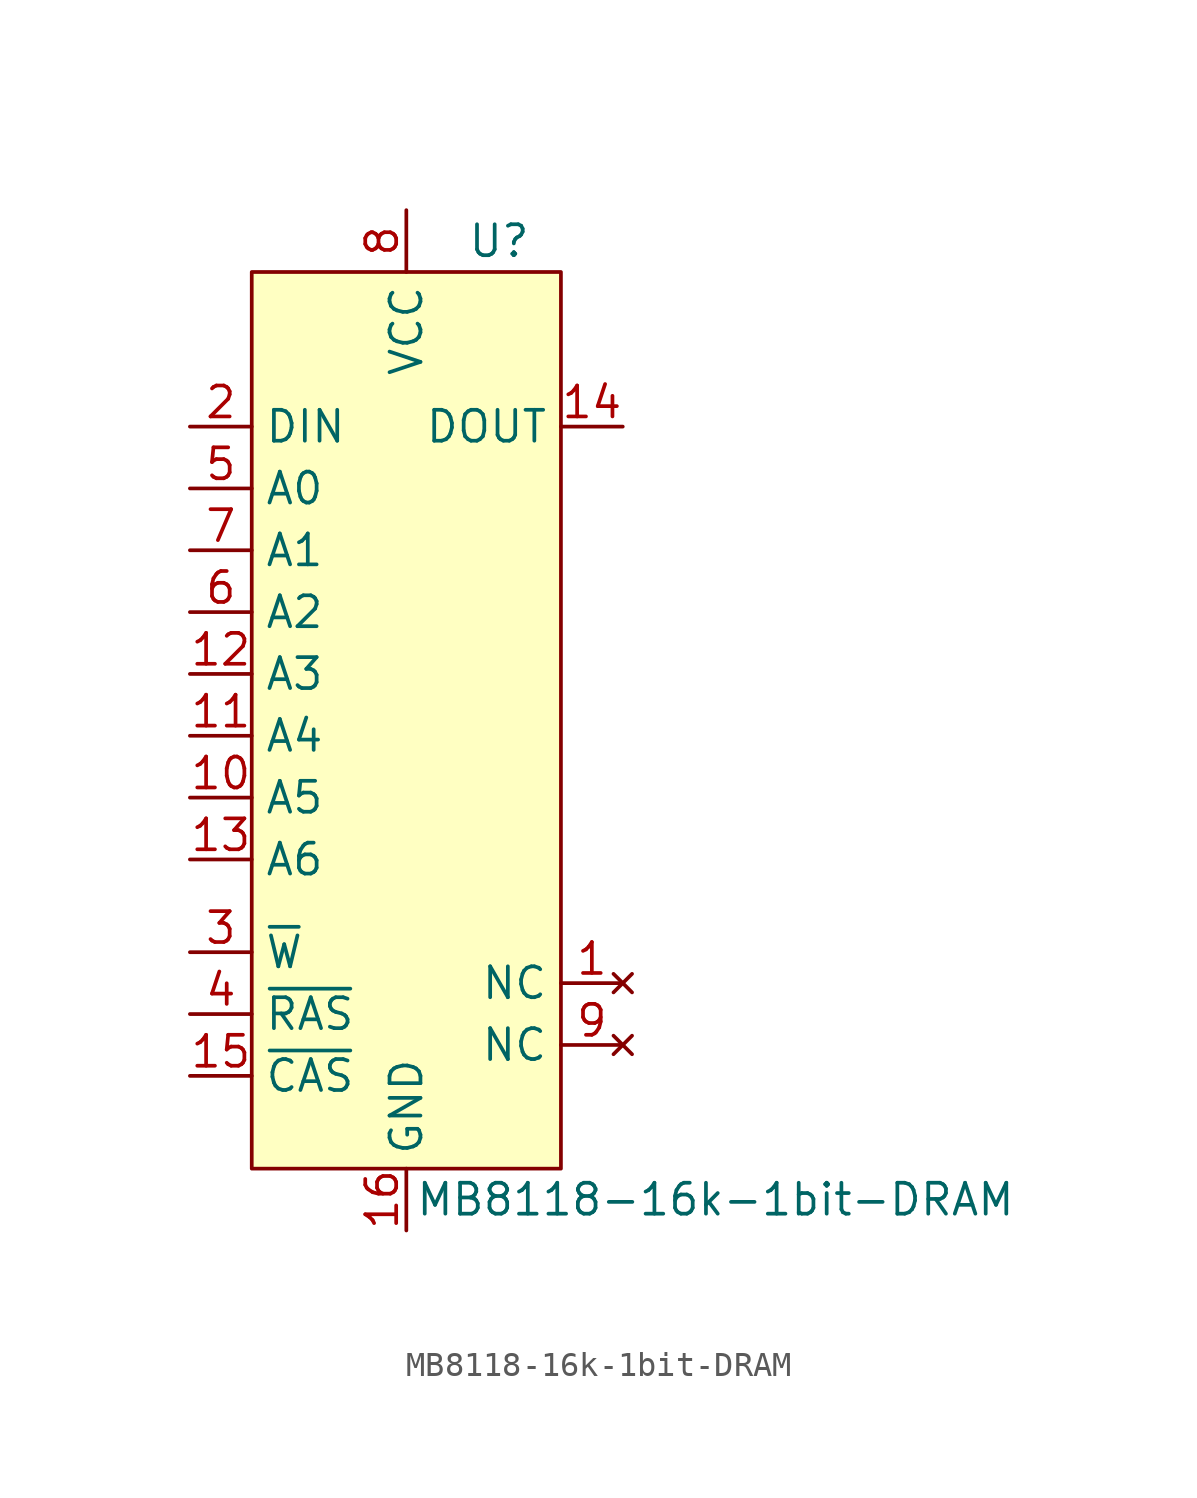
<source format=kicad_sym>
(kicad_symbol_lib
  (version 20220914)
  (generator kicad_symbol_editor)
  (symbol "MB8118-16k-1bit-DRAM"
    (property "Reference" "U"
      (at 3.81 20.32 0)
      (effects (font (size 1.27 1.27))))
    (property "Value" "MB8118-16k-1bit-DRAM"
      (at 12.7 -19.05 0)
      (effects (font (size 1.27 1.27))))
    (symbol "MB8118-16k-1bit-DRAM_0_1"
      (rectangle (start -6.35 19.05) (end 6.35 -17.78) (stroke (width 0) (type default)) (fill (type background))))
    (symbol "MB8118-16k-1bit-DRAM_1_1"
      (pin no_connect line (at 8.89 -10.16 180) (length 2.54) (name "NC" (effects (font (size 1.27 1.27)))) (number "1" (effects (font (size 1.27 1.27)))))
      (pin input line (at -8.89 -2.54 0) (length 2.54) (name "A5" (effects (font (size 1.27 1.27)))) (number "10" (effects (font (size 1.27 1.27)))))
      (pin input line (at -8.89 0 0) (length 2.54) (name "A4" (effects (font (size 1.27 1.27)))) (number "11" (effects (font (size 1.27 1.27)))))
      (pin input line (at -8.89 2.54 0) (length 2.54) (name "A3" (effects (font (size 1.27 1.27)))) (number "12" (effects (font (size 1.27 1.27)))))
      (pin input line (at -8.89 -5.08 0) (length 2.54) (name "A6" (effects (font (size 1.27 1.27)))) (number "13" (effects (font (size 1.27 1.27)))))
      (pin output line (at 8.89 12.7 180) (length 2.54) (name "DOUT" (effects (font (size 1.27 1.27)))) (number "14" (effects (font (size 1.27 1.27)))))
      (pin input line (at -8.89 -13.97 0) (length 2.54) (name "~{CAS}" (effects (font (size 1.27 1.27)))) (number "15" (effects (font (size 1.27 1.27)))))
      (pin power_in line (at 0 -20.32 90) (length 2.54) (name "GND" (effects (font (size 1.27 1.27)))) (number "16" (effects (font (size 1.27 1.27)))))
      (pin input line (at -8.89 12.7 0) (length 2.54) (name "DIN" (effects (font (size 1.27 1.27)))) (number "2" (effects (font (size 1.27 1.27)))))
      (pin input line (at -8.89 -8.89 0) (length 2.54) (name "~{W}" (effects (font (size 1.27 1.27)))) (number "3" (effects (font (size 1.27 1.27)))))
      (pin input line (at -8.89 -11.43 0) (length 2.54) (name "~{RAS}" (effects (font (size 1.27 1.27)))) (number "4" (effects (font (size 1.27 1.27)))))
      (pin input line (at -8.89 10.16 0) (length 2.54) (name "A0" (effects (font (size 1.27 1.27)))) (number "5" (effects (font (size 1.27 1.27)))))
      (pin input line (at -8.89 5.08 0) (length 2.54) (name "A2" (effects (font (size 1.27 1.27)))) (number "6" (effects (font (size 1.27 1.27)))))
      (pin input line (at -8.89 7.62 0) (length 2.54) (name "A1" (effects (font (size 1.27 1.27)))) (number "7" (effects (font (size 1.27 1.27)))))
      (pin power_in line (at 0 21.59 270) (length 2.54) (name "VCC" (effects (font (size 1.27 1.27)))) (number "8" (effects (font (size 1.27 1.27)))))
      (pin no_connect line (at 8.89 -12.7 180) (length 2.54) (name "NC" (effects (font (size 1.27 1.27)))) (number "9" (effects (font (size 1.27 1.27))))))))
</source>
